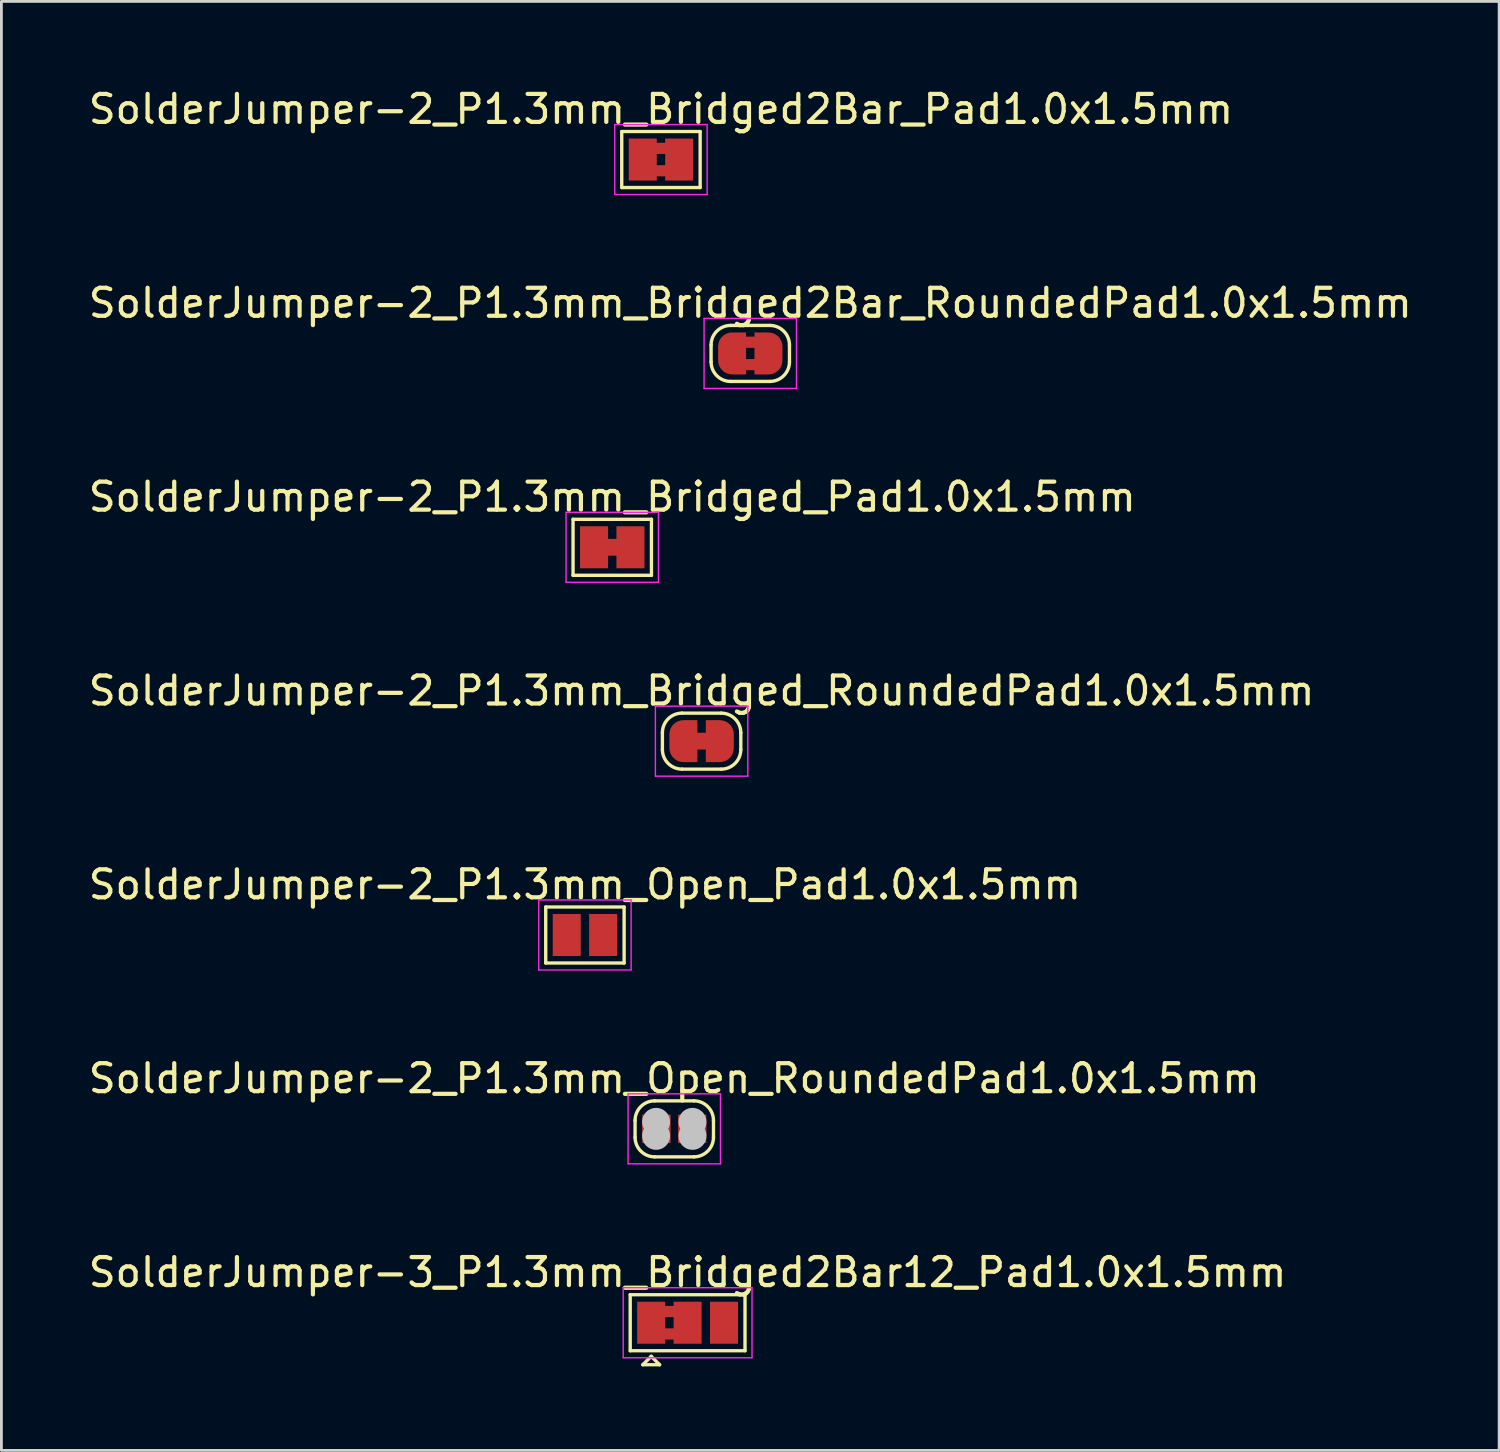
<source format=kicad_pcb>
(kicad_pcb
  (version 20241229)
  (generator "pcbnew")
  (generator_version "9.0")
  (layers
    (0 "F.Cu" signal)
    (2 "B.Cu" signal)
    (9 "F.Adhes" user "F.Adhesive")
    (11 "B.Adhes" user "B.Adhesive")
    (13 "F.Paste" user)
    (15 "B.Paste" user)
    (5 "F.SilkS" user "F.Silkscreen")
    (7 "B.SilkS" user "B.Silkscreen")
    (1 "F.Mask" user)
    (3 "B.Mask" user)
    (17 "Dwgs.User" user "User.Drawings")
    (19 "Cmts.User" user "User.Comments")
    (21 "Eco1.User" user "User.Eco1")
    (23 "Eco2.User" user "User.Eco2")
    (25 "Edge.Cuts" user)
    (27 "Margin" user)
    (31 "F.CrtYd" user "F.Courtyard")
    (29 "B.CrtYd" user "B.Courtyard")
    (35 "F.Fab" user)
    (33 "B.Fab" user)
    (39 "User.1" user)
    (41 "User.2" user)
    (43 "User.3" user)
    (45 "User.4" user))
  (footprint "SolderJumper-3_P1.3mm_Bridged2Bar12_Pad1.0x1.5mm"
    (layer "F.Cu")
    (at 21.506 44.188)
    (property "Reference" "SolderJumper-3_P1.3mm_Bridged2Bar12_Pad1.0x1.5mm" (at 0 -1.8 0) (layer "F.SilkS") (effects (font (size 1 1) (thickness 0.15))))
    (attr exclude_from_pos_files exclude_from_bom)
    (fp_poly (pts (xy -0.9 -0.6) (xy -0.4 -0.6) (xy -0.4 -0.2) (xy -0.9 -0.2)) (stroke (width 0) (type solid)) (fill yes) (layer "F.Cu"))
    (fp_poly (pts (xy -0.9 0.2) (xy -0.4 0.2) (xy -0.4 0.6) (xy -0.9 0.6)) (stroke (width 0) (type solid)) (fill yes) (layer "F.Cu"))
    (fp_line (start -2.05 -1) (end 2.05 -1) (stroke (width 0.12) (type solid)) (layer "F.SilkS"))
    (fp_line (start -2.05 1) (end -2.05 -1) (stroke (width 0.12) (type solid)) (layer "F.SilkS"))
    (fp_line (start -1.6 1.5) (end -1 1.5) (stroke (width 0.12) (type solid)) (layer "F.SilkS"))
    (fp_line (start -1.3 1.2) (end -1.6 1.5) (stroke (width 0.12) (type solid)) (layer "F.SilkS"))
    (fp_line (start -1.3 1.2) (end -1 1.5) (stroke (width 0.12) (type solid)) (layer "F.SilkS"))
    (fp_line (start 2.05 -1) (end 2.05 1) (stroke (width 0.12) (type solid)) (layer "F.SilkS"))
    (fp_line (start 2.05 1) (end -2.05 1) (stroke (width 0.12) (type solid)) (layer "F.SilkS"))
    (fp_line (start -2.3 -1.25) (end -2.3 1.25) (stroke (width 0.05) (type solid)) (layer "F.CrtYd"))
    (fp_line (start -2.3 -1.25) (end 2.3 -1.25) (stroke (width 0.05) (type solid)) (layer "F.CrtYd"))
    (fp_line (start 2.3 1.25) (end -2.3 1.25) (stroke (width 0.05) (type solid)) (layer "F.CrtYd"))
    (fp_line (start 2.3 1.25) (end 2.3 -1.25) (stroke (width 0.05) (type solid)) (layer "F.CrtYd"))
    (pad "1" smd rect (at -1.3 0) (size 1 1.5) (layers "F.Cu" "F.Mask"))
    (pad "2" smd rect (at 0 0) (size 1 1.5) (layers "F.Cu" "F.Mask"))
    (pad "3" smd rect (at 1.3 0) (size 1 1.5) (layers "F.Cu" "F.Mask")))
  (footprint "SolderJumper-2_P1.3mm_Bridged2Bar_RoundedPad1.0x1.5mm"
    (layer "F.Cu")
    (at 23.744 9.572)
    (property "Reference" "SolderJumper-2_P1.3mm_Bridged2Bar_RoundedPad1.0x1.5mm" (at 0 -1.8 0) (layer "F.SilkS") (effects (font (size 1 1) (thickness 0.15))))
    (attr exclude_from_pos_files exclude_from_bom)
    (fp_poly (pts (xy -0.25 -0.6) (xy 0.25 -0.6) (xy 0.25 -0.2) (xy -0.25 -0.2)) (stroke (width 0) (type solid)) (fill yes) (layer "F.Cu"))
    (fp_poly (pts (xy -0.25 0.2) (xy 0.25 0.2) (xy 0.25 0.6) (xy -0.25 0.6)) (stroke (width 0) (type solid)) (fill yes) (layer "F.Cu"))
    (fp_line (start -1.4 0.3) (end -1.4 -0.3) (stroke (width 0.12) (type solid)) (layer "F.SilkS"))
    (fp_line (start -0.7 -1) (end 0.7 -1) (stroke (width 0.12) (type solid)) (layer "F.SilkS"))
    (fp_line (start 0.7 1) (end -0.7 1) (stroke (width 0.12) (type solid)) (layer "F.SilkS"))
    (fp_line (start 1.4 -0.3) (end 1.4 0.3) (stroke (width 0.12) (type solid)) (layer "F.SilkS"))
    (fp_arc (start -1.4 -0.3) (mid -1.194975 -0.794975) (end -0.7 -1) (stroke (width 0.12) (type solid)) (layer "F.SilkS"))
    (fp_arc (start -0.7 1) (mid -1.194975 0.794975) (end -1.4 0.3) (stroke (width 0.12) (type solid)) (layer "F.SilkS"))
    (fp_arc (start 0.7 -1) (mid 1.194975 -0.794975) (end 1.4 -0.3) (stroke (width 0.12) (type solid)) (layer "F.SilkS"))
    (fp_arc (start 1.4 0.3) (mid 1.194975 0.794975) (end 0.7 1) (stroke (width 0.12) (type solid)) (layer "F.SilkS"))
    (fp_line (start -1.65 -1.25) (end -1.65 1.25) (stroke (width 0.05) (type solid)) (layer "F.CrtYd"))
    (fp_line (start -1.65 -1.25) (end 1.65 -1.25) (stroke (width 0.05) (type solid)) (layer "F.CrtYd"))
    (fp_line (start 1.65 1.25) (end -1.65 1.25) (stroke (width 0.05) (type solid)) (layer "F.CrtYd"))
    (fp_line (start 1.65 1.25) (end 1.65 -1.25) (stroke (width 0.05) (type solid)) (layer "F.CrtYd"))
    (pad "1" smd custom (at -0.65 0) (size 1 0.5) (layers "F.Cu" "F.Mask") (options (anchor rect)) (primitives (gr_circle (center 0 0.25) (end 0.5 0.25) (width 0) (fill yes)) (gr_circle (center 0 -0.25) (end 0.5 -0.25) (width 0) (fill yes)) (gr_poly (pts (xy 0.5 0.75) (xy 0.5 -0.75) (xy 0 -0.75) (xy 0 0.75)) (width 0) (fill yes))))
    (pad "2" smd custom (at 0.65 0) (size 1 0.5) (layers "F.Cu" "F.Mask") (options (anchor rect)) (primitives (gr_circle (center 0 0.25) (end 0.5 0.25) (width 0) (fill yes)) (gr_circle (center 0 -0.25) (end 0.5 -0.25) (width 0) (fill yes)) (gr_poly (pts (xy -0.5 0.75) (xy -0.5 -0.75) (xy 0 -0.75) (xy 0 0.75)) (width 0) (fill yes)))))
  (footprint "SolderJumper-2_P1.3mm_Bridged_RoundedPad1.0x1.5mm"
    (layer "F.Cu")
    (at 22.006 23.418)
    (property "Reference" "SolderJumper-2_P1.3mm_Bridged_RoundedPad1.0x1.5mm" (at 0 -1.8 0) (layer "F.SilkS") (effects (font (size 1 1) (thickness 0.15))))
    (attr exclude_from_pos_files exclude_from_bom)
    (fp_poly (pts (xy 0.25 -0.3) (xy -0.25 -0.3) (xy -0.25 0.3) (xy 0.25 0.3)) (stroke (width 0) (type solid)) (fill yes) (layer "F.Cu"))
    (fp_line (start -1.4 0.3) (end -1.4 -0.3) (stroke (width 0.12) (type solid)) (layer "F.SilkS"))
    (fp_line (start -0.7 -1) (end 0.7 -1) (stroke (width 0.12) (type solid)) (layer "F.SilkS"))
    (fp_line (start 0.7 1) (end -0.7 1) (stroke (width 0.12) (type solid)) (layer "F.SilkS"))
    (fp_line (start 1.4 -0.3) (end 1.4 0.3) (stroke (width 0.12) (type solid)) (layer "F.SilkS"))
    (fp_arc (start -1.4 -0.3) (mid -1.194975 -0.794975) (end -0.7 -1) (stroke (width 0.12) (type solid)) (layer "F.SilkS"))
    (fp_arc (start -0.7 1) (mid -1.194975 0.794975) (end -1.4 0.3) (stroke (width 0.12) (type solid)) (layer "F.SilkS"))
    (fp_arc (start 0.7 -1) (mid 1.194975 -0.794975) (end 1.4 -0.3) (stroke (width 0.12) (type solid)) (layer "F.SilkS"))
    (fp_arc (start 1.4 0.3) (mid 1.194975 0.794975) (end 0.7 1) (stroke (width 0.12) (type solid)) (layer "F.SilkS"))
    (fp_line (start -1.65 -1.25) (end -1.65 1.25) (stroke (width 0.05) (type solid)) (layer "F.CrtYd"))
    (fp_line (start -1.65 -1.25) (end 1.65 -1.25) (stroke (width 0.05) (type solid)) (layer "F.CrtYd"))
    (fp_line (start 1.65 1.25) (end -1.65 1.25) (stroke (width 0.05) (type solid)) (layer "F.CrtYd"))
    (fp_line (start 1.65 1.25) (end 1.65 -1.25) (stroke (width 0.05) (type solid)) (layer "F.CrtYd"))
    (pad "1" smd custom (at -0.65 0) (size 1 0.5) (layers "F.Cu" "F.Mask") (options (anchor rect)) (primitives (gr_circle (center 0 0.25) (end 0.5 0.25) (width 0) (fill yes)) (gr_circle (center 0 -0.25) (end 0.5 -0.25) (width 0) (fill yes)) (gr_poly (pts (xy 0 -0.75) (xy 0.5 -0.75) (xy 0.5 0.75) (xy 0 0.75)) (width 0) (fill yes))))
    (pad "2" smd custom (at 0.65 0) (size 1 0.5) (layers "F.Cu" "F.Mask") (options (anchor rect)) (primitives (gr_circle (center 0 0.25) (end 0.5 0.25) (width 0) (fill yes)) (gr_circle (center 0 -0.25) (end 0.5 -0.25) (width 0) (fill yes)) (gr_poly (pts (xy 0 -0.75) (xy -0.5 -0.75) (xy -0.5 0.75) (xy 0 0.75)) (width 0) (fill yes)))))
  (footprint "SolderJumper-2_P1.3mm_Open_Pad1.0x1.5mm"
    (layer "F.Cu")
    (at 17.839 30.341)
    (property "Reference" "SolderJumper-2_P1.3mm_Open_Pad1.0x1.5mm" (at 0 -1.8 0) (layer "F.SilkS") (effects (font (size 1 1) (thickness 0.15))))
    (attr exclude_from_pos_files exclude_from_bom)
    (fp_line (start -1.4 -1) (end 1.4 -1) (stroke (width 0.12) (type solid)) (layer "F.SilkS"))
    (fp_line (start -1.4 1) (end -1.4 -1) (stroke (width 0.12) (type solid)) (layer "F.SilkS"))
    (fp_line (start 1.4 -1) (end 1.4 1) (stroke (width 0.12) (type solid)) (layer "F.SilkS"))
    (fp_line (start 1.4 1) (end -1.4 1) (stroke (width 0.12) (type solid)) (layer "F.SilkS"))
    (fp_line (start -1.65 -1.25) (end -1.65 1.25) (stroke (width 0.05) (type solid)) (layer "F.CrtYd"))
    (fp_line (start -1.65 -1.25) (end 1.65 -1.25) (stroke (width 0.05) (type solid)) (layer "F.CrtYd"))
    (fp_line (start 1.65 1.25) (end -1.65 1.25) (stroke (width 0.05) (type solid)) (layer "F.CrtYd"))
    (fp_line (start 1.65 1.25) (end 1.65 -1.25) (stroke (width 0.05) (type solid)) (layer "F.CrtYd"))
    (pad "1" smd rect (at -0.65 0) (size 1 1.5) (layers "F.Cu" "F.Mask"))
    (pad "2" smd rect (at 0.65 0) (size 1 1.5) (layers "F.Cu" "F.Mask")))
  (footprint "SolderJumper-2_P1.3mm_Bridged2Bar_Pad1.0x1.5mm"
    (layer "F.Cu")
    (at 20.554 2.648)
    (property "Reference" "SolderJumper-2_P1.3mm_Bridged2Bar_Pad1.0x1.5mm" (at 0 -1.8 0) (layer "F.SilkS") (effects (font (size 1 1) (thickness 0.15))))
    (attr exclude_from_pos_files exclude_from_bom)
    (fp_poly (pts (xy -0.25 -0.6) (xy 0.25 -0.6) (xy 0.25 -0.2) (xy -0.25 -0.2)) (stroke (width 0) (type solid)) (fill yes) (layer "F.Cu"))
    (fp_poly (pts (xy -0.25 0.2) (xy 0.25 0.2) (xy 0.25 0.6) (xy -0.25 0.6)) (stroke (width 0) (type solid)) (fill yes) (layer "F.Cu"))
    (fp_line (start -1.4 -1) (end 1.4 -1) (stroke (width 0.12) (type solid)) (layer "F.SilkS"))
    (fp_line (start -1.4 1) (end -1.4 -1) (stroke (width 0.12) (type solid)) (layer "F.SilkS"))
    (fp_line (start 1.4 -1) (end 1.4 1) (stroke (width 0.12) (type solid)) (layer "F.SilkS"))
    (fp_line (start 1.4 1) (end -1.4 1) (stroke (width 0.12) (type solid)) (layer "F.SilkS"))
    (fp_line (start -1.65 -1.25) (end -1.65 1.25) (stroke (width 0.05) (type solid)) (layer "F.CrtYd"))
    (fp_line (start -1.65 -1.25) (end 1.65 -1.25) (stroke (width 0.05) (type solid)) (layer "F.CrtYd"))
    (fp_line (start 1.65 1.25) (end -1.65 1.25) (stroke (width 0.05) (type solid)) (layer "F.CrtYd"))
    (fp_line (start 1.65 1.25) (end 1.65 -1.25) (stroke (width 0.05) (type solid)) (layer "F.CrtYd"))
    (pad "1" smd rect (at -0.65 0) (size 1 1.5) (layers "F.Cu" "F.Mask"))
    (pad "2" smd rect (at 0.65 0) (size 1 1.5) (layers "F.Cu" "F.Mask")))
  (footprint "SolderJumper-2_P1.3mm_Open_RoundedPad1.0x1.5mm"
    (layer "F.Cu")
    (at 21.03 37.264)
    (property "Reference" "SolderJumper-2_P1.3mm_Open_RoundedPad1.0x1.5mm" (at 0 -1.8 0) (layer "F.SilkS") (effects (font (size 1 1) (thickness 0.15))))
    (attr exclude_from_pos_files exclude_from_bom)
    (fp_line (start -1.4 0.3) (end -1.4 -0.3) (stroke (width 0.12) (type solid)) (layer "F.SilkS"))
    (fp_line (start -0.7 -1) (end 0.7 -1) (stroke (width 0.12) (type solid)) (layer "F.SilkS"))
    (fp_line (start 0.7 1) (end -0.7 1) (stroke (width 0.12) (type solid)) (layer "F.SilkS"))
    (fp_line (start 1.4 -0.3) (end 1.4 0.3) (stroke (width 0.12) (type solid)) (layer "F.SilkS"))
    (fp_arc (start -1.4 -0.3) (mid -1.194975 -0.794975) (end -0.7 -1) (stroke (width 0.12) (type solid)) (layer "F.SilkS"))
    (fp_arc (start -0.7 1) (mid -1.194975 0.794975) (end -1.4 0.3) (stroke (width 0.12) (type solid)) (layer "F.SilkS"))
    (fp_arc (start 0.7 -1) (mid 1.194975 -0.794975) (end 1.4 -0.3) (stroke (width 0.12) (type solid)) (layer "F.SilkS"))
    (fp_arc (start 1.4 0.3) (mid 1.194975 0.794975) (end 0.7 1) (stroke (width 0.12) (type solid)) (layer "F.SilkS"))
    (fp_circle (center -0.65 -0.25) (end -0.15 -0.25) (stroke (width 0) (type solid)) (fill yes) (layer "Dwgs.User"))
    (fp_circle (center -0.65 0.25) (end -0.15 0.25) (stroke (width 0) (type solid)) (fill yes) (layer "Dwgs.User"))
    (fp_circle (center 0.65 -0.25) (end 1.15 -0.25) (stroke (width 0) (type solid)) (fill yes) (layer "Dwgs.User"))
    (fp_circle (center 0.65 0.25) (end 1.15 0.25) (stroke (width 0) (type solid)) (fill yes) (layer "Dwgs.User"))
    (fp_line (start -1.65 -1.25) (end -1.65 1.25) (stroke (width 0.05) (type solid)) (layer "F.CrtYd"))
    (fp_line (start -1.65 -1.25) (end 1.65 -1.25) (stroke (width 0.05) (type solid)) (layer "F.CrtYd"))
    (fp_line (start 1.65 1.25) (end -1.65 1.25) (stroke (width 0.05) (type solid)) (layer "F.CrtYd"))
    (fp_line (start 1.65 1.25) (end 1.65 -1.25) (stroke (width 0.05) (type solid)) (layer "F.CrtYd"))
    (pad "1" smd custom (at -0.65 0) (size 1 0.5) (layers "F.Cu" "F.Mask") (options (anchor rect)) (primitives (gr_poly (pts (xy -0.493 -0.508) (xy 0.519 -0.508) (xy 0.519 0.508) (xy -0.493 0.508)) (width 0) (fill yes))))
    (pad "2" smd custom (at 0.65 0) (size 1 0.5) (layers "F.Cu" "F.Mask") (options (anchor rect)) (primitives (gr_poly (pts (xy 0.493 -0.508) (xy -0.515 -0.508) (xy -0.515 0.508) (xy 0.493 0.508)) (width 0) (fill yes)))))
  (footprint "SolderJumper-2_P1.3mm_Bridged_Pad1.0x1.5mm"
    (layer "F.Cu")
    (at 18.815 16.495)
    (property "Reference" "SolderJumper-2_P1.3mm_Bridged_Pad1.0x1.5mm" (at 0 -1.8 0) (layer "F.SilkS") (effects (font (size 1 1) (thickness 0.15))))
    (attr exclude_from_pos_files exclude_from_bom)
    (fp_poly (pts (xy -0.25 -0.3) (xy 0.25 -0.3) (xy 0.25 0.3) (xy -0.25 0.3)) (stroke (width 0) (type solid)) (fill yes) (layer "F.Cu"))
    (fp_line (start -1.4 -1) (end 1.4 -1) (stroke (width 0.12) (type solid)) (layer "F.SilkS"))
    (fp_line (start -1.4 1) (end -1.4 -1) (stroke (width 0.12) (type solid)) (layer "F.SilkS"))
    (fp_line (start 1.4 -1) (end 1.4 1) (stroke (width 0.12) (type solid)) (layer "F.SilkS"))
    (fp_line (start 1.4 1) (end -1.4 1) (stroke (width 0.12) (type solid)) (layer "F.SilkS"))
    (fp_line (start -1.65 -1.25) (end -1.65 1.25) (stroke (width 0.05) (type solid)) (layer "F.CrtYd"))
    (fp_line (start -1.65 -1.25) (end 1.65 -1.25) (stroke (width 0.05) (type solid)) (layer "F.CrtYd"))
    (fp_line (start 1.65 1.25) (end -1.65 1.25) (stroke (width 0.05) (type solid)) (layer "F.CrtYd"))
    (fp_line (start 1.65 1.25) (end 1.65 -1.25) (stroke (width 0.05) (type solid)) (layer "F.CrtYd"))
    (pad "1" smd rect (at -0.65 0) (size 1 1.5) (layers "F.Cu" "F.Mask"))
    (pad "2" smd rect (at 0.65 0) (size 1 1.5) (layers "F.Cu" "F.Mask")))
  (gr_rect
    (start -3 -3)
    (end 50.488 48.748)
    (stroke (width 0.1) (type default))
    (fill no)
    (layer "Edge.Cuts")))
</source>
